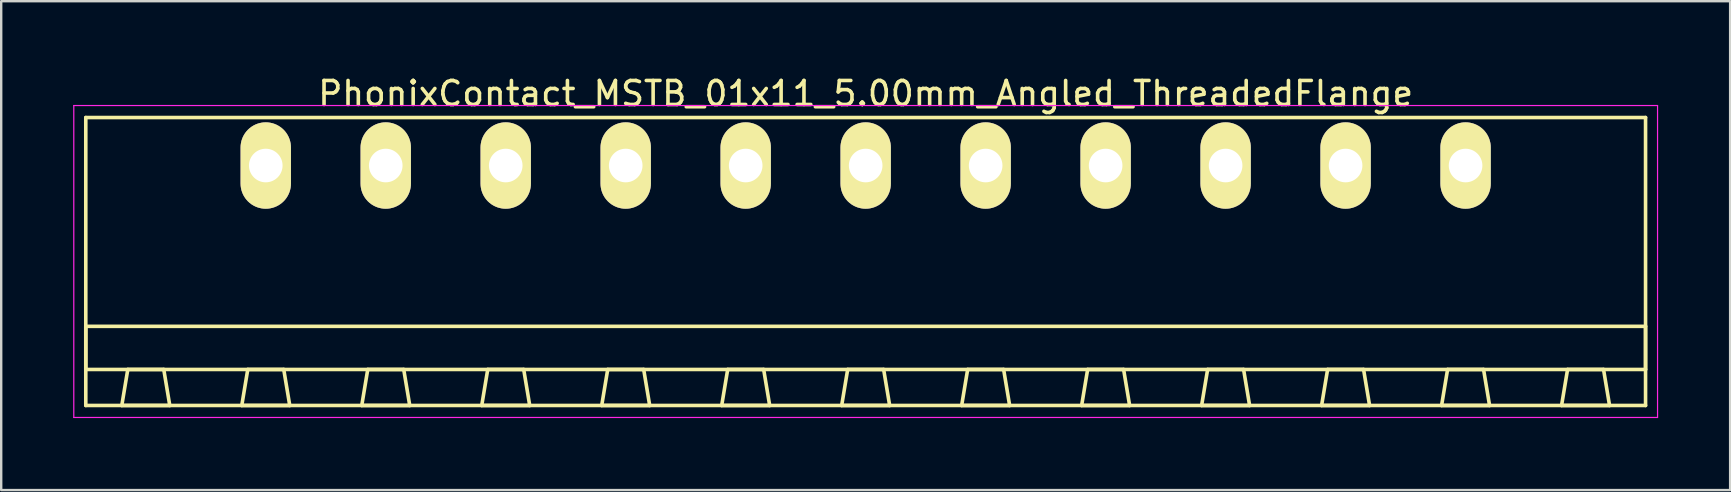
<source format=kicad_pcb>
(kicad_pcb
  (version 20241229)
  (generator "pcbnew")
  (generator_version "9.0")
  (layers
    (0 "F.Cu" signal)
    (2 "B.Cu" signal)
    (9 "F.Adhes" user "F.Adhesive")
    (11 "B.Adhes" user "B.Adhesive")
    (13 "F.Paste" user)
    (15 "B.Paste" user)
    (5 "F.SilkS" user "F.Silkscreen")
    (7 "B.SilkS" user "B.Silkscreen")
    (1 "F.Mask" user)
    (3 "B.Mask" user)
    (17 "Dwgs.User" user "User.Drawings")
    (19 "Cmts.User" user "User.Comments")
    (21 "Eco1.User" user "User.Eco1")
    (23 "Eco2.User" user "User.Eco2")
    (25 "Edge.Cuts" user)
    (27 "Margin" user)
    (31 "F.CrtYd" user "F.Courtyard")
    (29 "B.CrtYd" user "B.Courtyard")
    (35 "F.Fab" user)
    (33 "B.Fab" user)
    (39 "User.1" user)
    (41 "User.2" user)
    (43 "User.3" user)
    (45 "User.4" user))
  (footprint "PhonixContact_MSTB_01x11_5.00mm_Angled_ThreadedFlange"
    (layer "F.Cu")
    (at 8.025 3.848)
    (property "Reference" "PhonixContact_MSTB_01x11_5.00mm_Angled_ThreadedFlange" (at 25 -3 0) (layer "F.SilkS") (effects (font (size 1 1) (thickness 0.15))))
    (attr through_hole)
    (fp_line (start -7.5 -2) (end -7.5 10) (stroke (width 0.15) (type solid)) (layer "F.SilkS"))
    (fp_line (start -7.5 6.7) (end 57.5 6.7) (stroke (width 0.15) (type solid)) (layer "F.SilkS"))
    (fp_line (start -7.5 8.5) (end -7.5 6.7) (stroke (width 0.15) (type solid)) (layer "F.SilkS"))
    (fp_line (start -7.5 10) (end 57.5 10) (stroke (width 0.15) (type solid)) (layer "F.SilkS"))
    (fp_line (start -6 10) (end -4 10) (stroke (width 0.15) (type solid)) (layer "F.SilkS"))
    (fp_line (start -5.75 8.5) (end -6 10) (stroke (width 0.15) (type solid)) (layer "F.SilkS"))
    (fp_line (start -4.25 8.5) (end -5.75 8.5) (stroke (width 0.15) (type solid)) (layer "F.SilkS"))
    (fp_line (start -4 10) (end -4.25 8.5) (stroke (width 0.15) (type solid)) (layer "F.SilkS"))
    (fp_line (start -1 10) (end 1 10) (stroke (width 0.15) (type solid)) (layer "F.SilkS"))
    (fp_line (start -0.75 8.5) (end -1 10) (stroke (width 0.15) (type solid)) (layer "F.SilkS"))
    (fp_line (start 0.75 8.5) (end -0.75 8.5) (stroke (width 0.15) (type solid)) (layer "F.SilkS"))
    (fp_line (start 1 10) (end 0.75 8.5) (stroke (width 0.15) (type solid)) (layer "F.SilkS"))
    (fp_line (start 4 10) (end 6 10) (stroke (width 0.15) (type solid)) (layer "F.SilkS"))
    (fp_line (start 4.25 8.5) (end 4 10) (stroke (width 0.15) (type solid)) (layer "F.SilkS"))
    (fp_line (start 5.75 8.5) (end 4.25 8.5) (stroke (width 0.15) (type solid)) (layer "F.SilkS"))
    (fp_line (start 6 10) (end 5.75 8.5) (stroke (width 0.15) (type solid)) (layer "F.SilkS"))
    (fp_line (start 9 10) (end 11 10) (stroke (width 0.15) (type solid)) (layer "F.SilkS"))
    (fp_line (start 9.25 8.5) (end 9 10) (stroke (width 0.15) (type solid)) (layer "F.SilkS"))
    (fp_line (start 10.75 8.5) (end 9.25 8.5) (stroke (width 0.15) (type solid)) (layer "F.SilkS"))
    (fp_line (start 11 10) (end 10.75 8.5) (stroke (width 0.15) (type solid)) (layer "F.SilkS"))
    (fp_line (start 14 10) (end 16 10) (stroke (width 0.15) (type solid)) (layer "F.SilkS"))
    (fp_line (start 14.25 8.5) (end 14 10) (stroke (width 0.15) (type solid)) (layer "F.SilkS"))
    (fp_line (start 15.75 8.5) (end 14.25 8.5) (stroke (width 0.15) (type solid)) (layer "F.SilkS"))
    (fp_line (start 16 10) (end 15.75 8.5) (stroke (width 0.15) (type solid)) (layer "F.SilkS"))
    (fp_line (start 19 10) (end 21 10) (stroke (width 0.15) (type solid)) (layer "F.SilkS"))
    (fp_line (start 19.25 8.5) (end 19 10) (stroke (width 0.15) (type solid)) (layer "F.SilkS"))
    (fp_line (start 20.75 8.5) (end 19.25 8.5) (stroke (width 0.15) (type solid)) (layer "F.SilkS"))
    (fp_line (start 21 10) (end 20.75 8.5) (stroke (width 0.15) (type solid)) (layer "F.SilkS"))
    (fp_line (start 24 10) (end 26 10) (stroke (width 0.15) (type solid)) (layer "F.SilkS"))
    (fp_line (start 24.25 8.5) (end 24 10) (stroke (width 0.15) (type solid)) (layer "F.SilkS"))
    (fp_line (start 25.75 8.5) (end 24.25 8.5) (stroke (width 0.15) (type solid)) (layer "F.SilkS"))
    (fp_line (start 26 10) (end 25.75 8.5) (stroke (width 0.15) (type solid)) (layer "F.SilkS"))
    (fp_line (start 29 10) (end 31 10) (stroke (width 0.15) (type solid)) (layer "F.SilkS"))
    (fp_line (start 29.25 8.5) (end 29 10) (stroke (width 0.15) (type solid)) (layer "F.SilkS"))
    (fp_line (start 30.75 8.5) (end 29.25 8.5) (stroke (width 0.15) (type solid)) (layer "F.SilkS"))
    (fp_line (start 31 10) (end 30.75 8.5) (stroke (width 0.15) (type solid)) (layer "F.SilkS"))
    (fp_line (start 34 10) (end 36 10) (stroke (width 0.15) (type solid)) (layer "F.SilkS"))
    (fp_line (start 34.25 8.5) (end 34 10) (stroke (width 0.15) (type solid)) (layer "F.SilkS"))
    (fp_line (start 35.75 8.5) (end 34.25 8.5) (stroke (width 0.15) (type solid)) (layer "F.SilkS"))
    (fp_line (start 36 10) (end 35.75 8.5) (stroke (width 0.15) (type solid)) (layer "F.SilkS"))
    (fp_line (start 39 10) (end 41 10) (stroke (width 0.15) (type solid)) (layer "F.SilkS"))
    (fp_line (start 39.25 8.5) (end 39 10) (stroke (width 0.15) (type solid)) (layer "F.SilkS"))
    (fp_line (start 40.75 8.5) (end 39.25 8.5) (stroke (width 0.15) (type solid)) (layer "F.SilkS"))
    (fp_line (start 41 10) (end 40.75 8.5) (stroke (width 0.15) (type solid)) (layer "F.SilkS"))
    (fp_line (start 44 10) (end 46 10) (stroke (width 0.15) (type solid)) (layer "F.SilkS"))
    (fp_line (start 44.25 8.5) (end 44 10) (stroke (width 0.15) (type solid)) (layer "F.SilkS"))
    (fp_line (start 45.75 8.5) (end 44.25 8.5) (stroke (width 0.15) (type solid)) (layer "F.SilkS"))
    (fp_line (start 46 10) (end 45.75 8.5) (stroke (width 0.15) (type solid)) (layer "F.SilkS"))
    (fp_line (start 49 10) (end 51 10) (stroke (width 0.15) (type solid)) (layer "F.SilkS"))
    (fp_line (start 49.25 8.5) (end 49 10) (stroke (width 0.15) (type solid)) (layer "F.SilkS"))
    (fp_line (start 50.75 8.5) (end 49.25 8.5) (stroke (width 0.15) (type solid)) (layer "F.SilkS"))
    (fp_line (start 51 10) (end 50.75 8.5) (stroke (width 0.15) (type solid)) (layer "F.SilkS"))
    (fp_line (start 54 10) (end 56 10) (stroke (width 0.15) (type solid)) (layer "F.SilkS"))
    (fp_line (start 54.25 8.5) (end 54 10) (stroke (width 0.15) (type solid)) (layer "F.SilkS"))
    (fp_line (start 55.75 8.5) (end 54.25 8.5) (stroke (width 0.15) (type solid)) (layer "F.SilkS"))
    (fp_line (start 56 10) (end 55.75 8.5) (stroke (width 0.15) (type solid)) (layer "F.SilkS"))
    (fp_line (start 57.5 -2) (end -7.5 -2) (stroke (width 0.15) (type solid)) (layer "F.SilkS"))
    (fp_line (start 57.5 6.7) (end 57.5 8.5) (stroke (width 0.15) (type solid)) (layer "F.SilkS"))
    (fp_line (start 57.5 8.5) (end -7.5 8.5) (stroke (width 0.15) (type solid)) (layer "F.SilkS"))
    (fp_line (start 57.5 10) (end 57.5 -2) (stroke (width 0.15) (type solid)) (layer "F.SilkS"))
    (fp_line (start -8 -2.5) (end -8 10.5) (stroke (width 0.05) (type solid)) (layer "F.CrtYd"))
    (fp_line (start -8 10.5) (end 58 10.5) (stroke (width 0.05) (type solid)) (layer "F.CrtYd"))
    (fp_line (start 58 -2.5) (end -8 -2.5) (stroke (width 0.05) (type solid)) (layer "F.CrtYd"))
    (fp_line (start 58 10.5) (end 58 -2.5) (stroke (width 0.05) (type solid)) (layer "F.CrtYd"))
    (pad "1" thru_hole oval (at 0 0) (size 2.1 3.6) (drill 1.4) (layers "*.Cu" "*.Mask" "F.SilkS"))
    (pad "2" thru_hole oval (at 5 0) (size 2.1 3.6) (drill 1.4) (layers "*.Cu" "*.Mask" "F.SilkS"))
    (pad "3" thru_hole oval (at 10 0) (size 2.1 3.6) (drill 1.4) (layers "*.Cu" "*.Mask" "F.SilkS"))
    (pad "4" thru_hole oval (at 15 0) (size 2.1 3.6) (drill 1.4) (layers "*.Cu" "*.Mask" "F.SilkS"))
    (pad "5" thru_hole oval (at 20 0) (size 2.1 3.6) (drill 1.4) (layers "*.Cu" "*.Mask" "F.SilkS"))
    (pad "6" thru_hole oval (at 25 0) (size 2.1 3.6) (drill 1.4) (layers "*.Cu" "*.Mask" "F.SilkS"))
    (pad "7" thru_hole oval (at 30 0) (size 2.1 3.6) (drill 1.4) (layers "*.Cu" "*.Mask" "F.SilkS"))
    (pad "8" thru_hole oval (at 35 0) (size 2.1 3.6) (drill 1.4) (layers "*.Cu" "*.Mask" "F.SilkS"))
    (pad "9" thru_hole oval (at 40 0) (size 2.1 3.6) (drill 1.4) (layers "*.Cu" "*.Mask" "F.SilkS"))
    (pad "10" thru_hole oval (at 45 0) (size 2.1 3.6) (drill 1.4) (layers "*.Cu" "*.Mask" "F.SilkS"))
    (pad "11" thru_hole oval (at 50 0) (size 2.1 3.6) (drill 1.4) (layers "*.Cu" "*.Mask" "F.SilkS")))
  (gr_rect
    (start -3 -3)
    (end 69.05 17.373)
    (stroke (width 0.1) (type default))
    (fill no)
    (layer "Edge.Cuts")))
</source>
